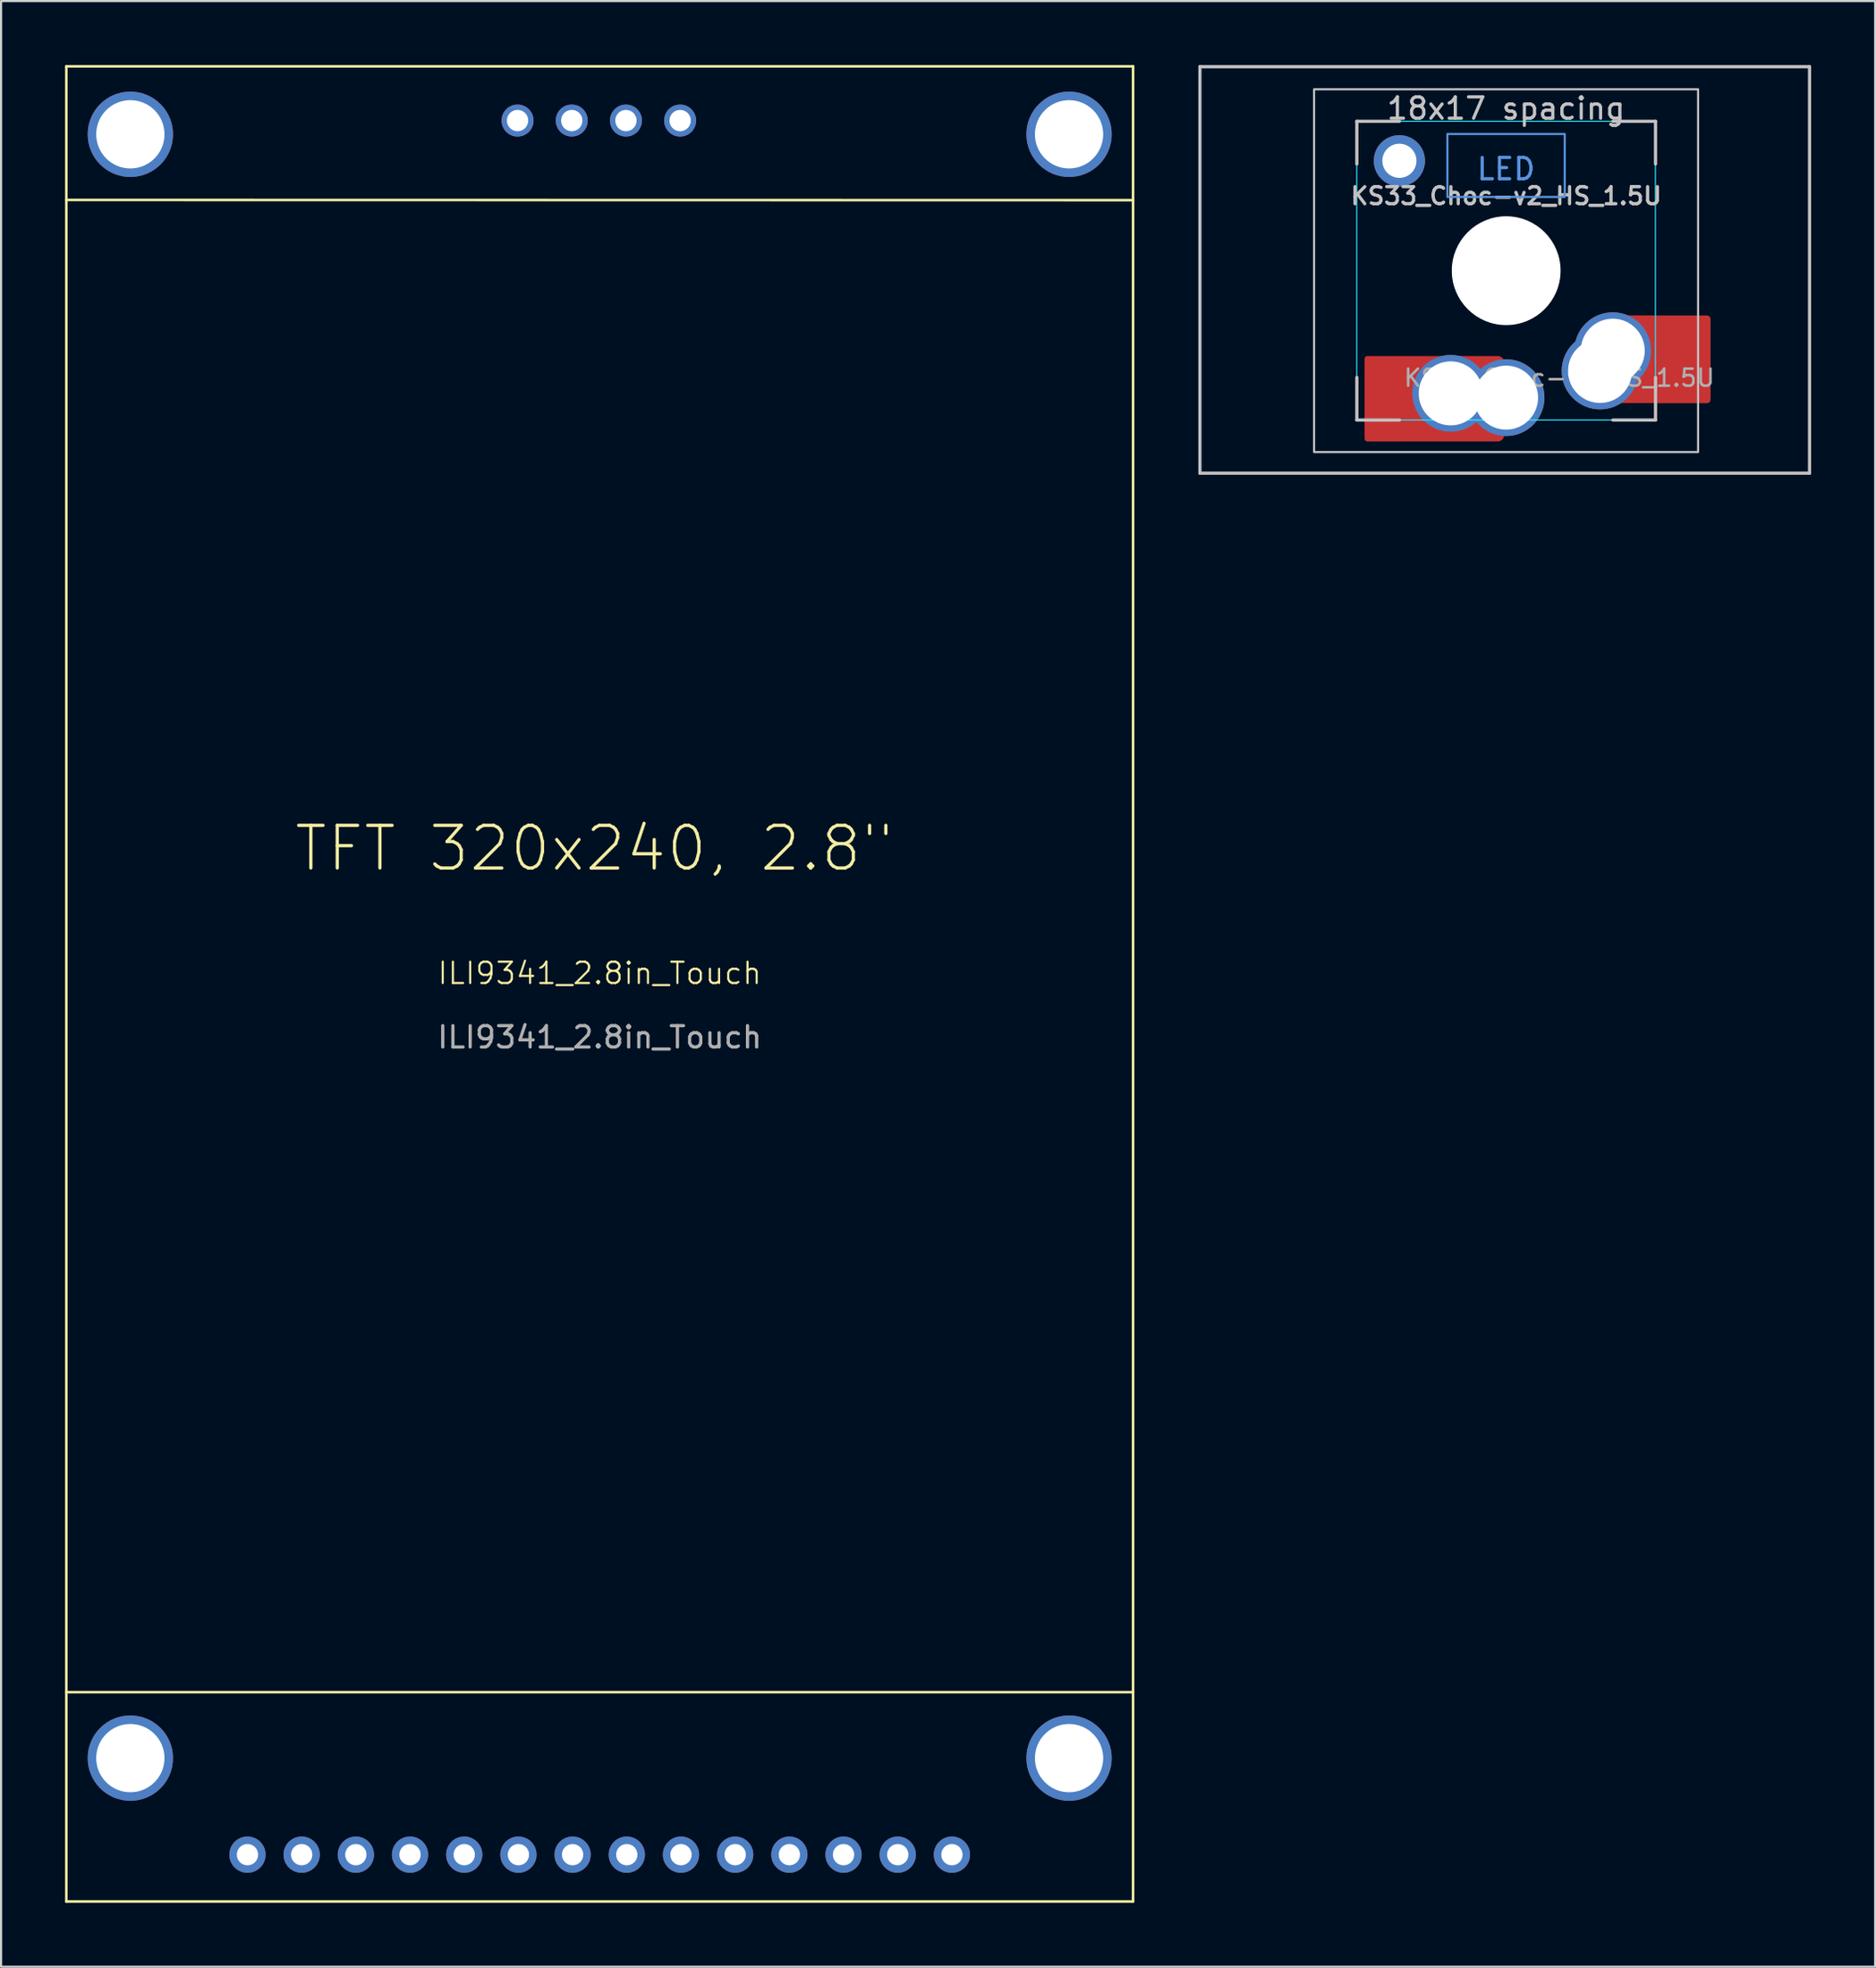
<source format=kicad_pcb>
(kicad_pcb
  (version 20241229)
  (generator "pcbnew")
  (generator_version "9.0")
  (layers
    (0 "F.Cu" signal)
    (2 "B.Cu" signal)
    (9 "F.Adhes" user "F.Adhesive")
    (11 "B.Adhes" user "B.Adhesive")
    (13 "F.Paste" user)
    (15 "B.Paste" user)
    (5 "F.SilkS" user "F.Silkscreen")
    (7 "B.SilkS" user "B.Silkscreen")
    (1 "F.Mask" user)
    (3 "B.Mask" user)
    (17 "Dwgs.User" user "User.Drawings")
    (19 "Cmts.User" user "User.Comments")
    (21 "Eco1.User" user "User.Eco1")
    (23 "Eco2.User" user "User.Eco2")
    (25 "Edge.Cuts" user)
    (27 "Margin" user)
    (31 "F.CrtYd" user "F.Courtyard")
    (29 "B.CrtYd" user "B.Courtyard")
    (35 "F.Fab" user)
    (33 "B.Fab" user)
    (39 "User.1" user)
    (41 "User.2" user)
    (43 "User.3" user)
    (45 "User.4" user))
  (footprint "KS33_Choc-v2_HS_1.5U"
    (layer "F.Cu")
    (at 67.55 9.635)
    (property "Reference" "KS33_Choc-v2_HS_1.5U" (at 0 -3.5 0) (layer "Dwgs.User") (effects (font (size 0.8 0.8) (thickness 0.15))))
    (attr smd)
    (fp_line (start -14.355 9.49) (end -14.355 -9.56) (stroke (width 0.15) (type solid)) (layer "Dwgs.User"))
    (fp_line (start -7 -7) (end -5 -7) (stroke (width 0.15) (type solid)) (layer "Dwgs.User"))
    (fp_line (start -7 -5) (end -7 -7) (stroke (width 0.15) (type solid)) (layer "Dwgs.User"))
    (fp_line (start -7 5) (end -7 7) (stroke (width 0.15) (type solid)) (layer "Dwgs.User"))
    (fp_line (start -7 7) (end -5 7) (stroke (width 0.15) (type solid)) (layer "Dwgs.User"))
    (fp_line (start 5 7) (end 7 7) (stroke (width 0.15) (type solid)) (layer "Dwgs.User"))
    (fp_line (start 7 -7) (end 5 -7) (stroke (width 0.15) (type solid)) (layer "Dwgs.User"))
    (fp_line (start 7 -5) (end 7 -7) (stroke (width 0.15) (type solid)) (layer "Dwgs.User"))
    (fp_line (start 7 7) (end 7 5) (stroke (width 0.15) (type solid)) (layer "Dwgs.User"))
    (fp_line (start 14.22 -9.56) (end -14.355 -9.56) (stroke (width 0.15) (type solid)) (layer "Dwgs.User"))
    (fp_line (start 14.22 9.49) (end -14.355 9.49) (stroke (width 0.15) (type solid)) (layer "Dwgs.User"))
    (fp_line (start 14.22 9.49) (end 14.22 -9.56) (stroke (width 0.15) (type solid)) (layer "Dwgs.User"))
    (fp_rect (start -9.005 -8.5) (end 8.995 8.5) (stroke (width 0.1) (type default)) (fill no) (layer "Dwgs.User"))
    (fp_rect (start -2.755 -6.405) (end 2.745 -3.455) (stroke (width 0.1) (type default)) (fill no) (layer "Cmts.User"))
    (fp_line (start -6.955 6.45) (end -6.955 -6.45) (stroke (width 0.05) (type solid)) (layer "Eco2.User"))
    (fp_line (start -6.455 -6.95) (end 6.445 -6.95) (stroke (width 0.05) (type solid)) (layer "Eco2.User"))
    (fp_line (start 6.445 6.95) (end -6.455 6.95) (stroke (width 0.05) (type solid)) (layer "Eco2.User"))
    (fp_line (start 6.945 -6.45) (end 6.945 6.45) (stroke (width 0.05) (type solid)) (layer "Eco2.User"))
    (fp_arc (start -6.955 -6.45) (mid -6.808553 -6.803553) (end -6.455 -6.95) (stroke (width 0.05) (type solid)) (layer "Eco2.User"))
    (fp_arc (start -6.455 6.95) (mid -6.808553 6.803553) (end -6.955 6.45) (stroke (width 0.05) (type solid)) (layer "Eco2.User"))
    (fp_arc (start 6.445 -6.95) (mid 6.798553 -6.803553) (end 6.945 -6.45) (stroke (width 0.05) (type solid)) (layer "Eco2.User"))
    (fp_arc (start 6.945 6.45) (mid 6.798553 6.803553) (end 6.445 6.95) (stroke (width 0.05) (type solid)) (layer "Eco2.User"))
    (fp_arc (start 6.945 6.45) (mid 6.798553 6.803553) (end 6.445 6.95) (stroke (width 0.05) (type solid)) (layer "Eco2.User"))
    (fp_rect (start -7.005 -7) (end 6.995 7) (stroke (width 0.05) (type default)) (fill no) (layer "B.CrtYd"))
    (fp_text user "18x17 spacing" (at -0.005 -7.6 180) (layer "Dwgs.User") (effects (font (size 1 1) (thickness 0.15))))
    (fp_text user "LED" (at -0.005 -4.763 0) (unlocked yes) (layer "Cmts.User") (effects (font (size 1 1) (thickness 0.15))))
    (fp_text user "19.05 spacing" (at -0.005 -8.7 180) (layer "Eco1.User") (effects (font (size 1 1) (thickness 0.15))))
    (fp_text user "${REFERENCE}" (at 2.491 5.025 0) (layer "F.Fab") (effects (font (size 0.8 0.8) (thickness 0.12))))
    (pad "" np_thru_hole circle (at -0.005 0 180) (size 5 5) (drill 5) (layers "*.Cu" "*.Mask"))
    (pad "" np_thru_hole circle (at 0 0 180) (size 5.1 5.1) (drill 5.1) (layers "*.Cu" "*.Mask"))
    (pad "1" thru_hole circle (at 4.4 4.7 180) (size 3.6 3.6) (drill 3) (layers "*.Cu" "*.Mask"))
    (pad "1" thru_hole circle (at 4.995 3.75) (size 3.6 3.6) (drill 3) (layers "*.Cu" "F.Mask"))
    (pad "1" smd custom (at 8.24 4.155) (size 2.68 2.68) (layers "F.Cu" "F.Mask" "F.Paste") (options (anchor circle)) (primitives (gr_poly (pts (xy -1.34 -1.891) (xy -1.328 -1.954) (xy -1.292 -2.007) (xy -1.239 -2.043) (xy -1.176 -2.055) (xy 1.176 -2.055) (xy 1.239 -2.043) (xy 1.292 -2.007) (xy 1.328 -1.954) (xy 1.34 -1.891) (xy 1.34 1.891) (xy 1.328 1.954) (xy 1.292 2.007) (xy 1.239 2.043) (xy 1.176 2.055) (xy -1.176 2.055) (xy -1.239 2.043) (xy -1.292 2.007) (xy -1.328 1.954) (xy -1.34 1.891)) (width 0) (fill yes)) (gr_poly (pts (xy -1.041 -2.048) (xy -0.988 -2.012) (xy -0.952 -1.959) (xy -0.94 -1.896) (xy -0.94 1.886) (xy -0.952 1.949) (xy -0.988 2.002) (xy -1.041 2.038) (xy -1.104 2.05) (xy -2.954 2.05) (xy -2.868 2) (xy -2.686 1.861) (xy -2.524 1.699) (xy -2.385 1.517) (xy -2.27 1.319) (xy -2.183 1.108) (xy -2.14 0.948) (xy -2.091 0.911) (xy -1.929 0.749) (xy -1.79 0.567) (xy -1.675 0.369) (xy -1.588 0.158) (xy -1.529 -0.064) (xy -1.499 -0.291) (xy -1.499 -0.519) (xy -1.529 -0.746) (xy -1.588 -0.968) (xy -1.675 -1.179) (xy -1.79 -1.377) (xy -1.929 -1.559) (xy -2.091 -1.721) (xy -2.273 -1.86) (xy -2.471 -1.975) (xy -2.677 -2.06) (xy -1.104 -2.06)) (width 0) (fill yes))))
    (pad "2" smd custom (at -5.665 6.003 180) (size 1.95 1.95) (layers "F.Cu" "F.Mask" "F.Paste") (options (anchor circle)) (primitives (gr_poly (pts (xy -0.975 -1.864) (xy -0.964 -1.917) (xy -0.935 -1.962) (xy -0.89 -1.992) (xy -0.837 -2.002) (xy 0.837 -2.002) (xy 0.89 -1.992) (xy 0.935 -1.962) (xy 0.964 -1.917) (xy 0.975 -1.864) (xy 0.975 1.864) (xy 0.964 1.917) (xy 0.935 1.962) (xy 0.89 1.992) (xy 0.837 2.002) (xy -0.837 2.002) (xy -0.89 1.992) (xy -0.935 1.962) (xy -0.964 1.917) (xy -0.975 1.864)) (width 0) (fill yes)) (gr_poly (pts (xy -5.346 1.995) (xy -5.442 1.953) (xy -5.515 1.879) (xy -5.551 1.799) (xy -5.546 1.799) (xy -5.319 1.769) (xy -5.097 1.71) (xy -4.886 1.622) (xy -4.688 1.508) (xy -4.506 1.368) (xy -4.452 1.314) (xy -4.381 1.406) (xy -4.219 1.568) (xy -4.037 1.708) (xy -3.839 1.822) (xy -3.628 1.91) (xy -3.406 1.969) (xy -3.179 1.999) (xy -2.951 1.999) (xy -2.724 1.969) (xy -2.502 1.91) (xy -2.291 1.822) (xy -2.093 1.708) (xy -1.911 1.568) (xy -1.749 1.406) (xy -1.61 1.225) (xy -1.495 1.027) (xy -1.408 0.815) (xy -1.349 0.594) (xy -1.319 0.367) (xy -1.319 0.138) (xy -1.349 -0.089) (xy -1.408 -0.31) (xy -1.495 -0.522) (xy -1.61 -0.72) (xy -1.749 -0.901) (xy -1.911 -1.063) (xy -2.093 -1.203) (xy -2.291 -1.317) (xy -2.502 -1.405) (xy -2.724 -1.464) (xy -2.951 -1.494) (xy -3.179 -1.494) (xy -3.406 -1.464) (xy -3.628 -1.405) (xy -3.839 -1.317) (xy -4.037 -1.203) (xy -4.219 -1.063) (xy -4.273 -1.009) (xy -4.344 -1.101) (xy -4.506 -1.263) (xy -4.688 -1.403) (xy -4.886 -1.517) (xy -5.097 -1.605) (xy -5.319 -1.664) (xy -5.546 -1.694) (xy -5.565 -1.694) (xy -5.565 -1.717) (xy -5.557 -1.781) (xy -5.515 -1.877) (xy -5.442 -1.95) (xy -5.346 -1.992) (xy -5.282 -2) (xy -0.833 -2) (xy -0.769 -1.992) (xy -0.673 -1.95) (xy -0.6 -1.877) (xy -0.558 -1.781) (xy -0.55 -1.717) (xy -0.55 1.719) (xy -0.558 1.784) (xy -0.6 1.879) (xy -0.673 1.953) (xy -0.769 1.995) (xy -0.833 2.002) (xy -5.282 2.002)) (width 0) (fill yes))))
    (pad "2" thru_hole circle (at -2.6 5.75 180) (size 3.6 3.6) (drill 3) (layers "*.Cu" "*.Mask"))
    (pad "2" thru_hole circle (at -0.005 5.95) (size 3.6 3.6) (drill 3) (layers "*.Cu" "F.Mask"))
    (pad "MP" thru_hole circle (at -5.005 -5.15 180) (size 2.4 2.4) (drill 1.6) (layers "*.Cu" "F.Mask")))
  (footprint "ILI9341_2.8in_Touch"
    (layer "F.Cu")
    (at 25.06 43.06)
    (property "Reference" "ILI9341_2.8in_Touch" (at 0 -0.5 0) (unlocked yes) (layer "F.SilkS") (effects (font (size 1 1) (thickness 0.1))))
    (attr smd)
    (fp_line (start -25 -43) (end -25 43) (stroke (width 0.12) (type solid)) (layer "F.SilkS"))
    (fp_line (start -25 -36.74) (end 25 -36.73) (stroke (width 0.12) (type solid)) (layer "F.SilkS"))
    (fp_line (start -25 33.19) (end 25 33.19) (stroke (width 0.12) (type solid)) (layer "F.SilkS"))
    (fp_line (start -25 43) (end 25 43) (stroke (width 0.12) (type solid)) (layer "F.SilkS"))
    (fp_line (start 25 -43) (end -25 -43) (stroke (width 0.12) (type solid)) (layer "F.SilkS"))
    (fp_line (start 25 43) (end 25 -43) (stroke (width 0.12) (type solid)) (layer "F.SilkS"))
    (fp_text user "TFT 320x240, 2.8\"" (at -0.254 -6.35 0) (layer "F.SilkS") (effects (font (size 2 2) (thickness 0.15))))
    (fp_text user "${REFERENCE}" (at 0 2.5 0) (unlocked yes) (layer "F.Fab") (effects (font (size 1 1) (thickness 0.15))))
    (pad "" thru_hole circle (at -22 -39.816) (size 4 4) (drill 3.2) (layers "*.Cu" "*.Mask"))
    (pad "" thru_hole circle (at -22 36.282) (size 4 4) (drill 3.2) (layers "*.Cu" "*.Mask"))
    (pad "" thru_hole circle (at 22 -39.816) (size 4 4) (drill 3.2) (layers "*.Cu" "*.Mask"))
    (pad "" thru_hole circle (at 22 36.282) (size 4 4) (drill 3.2) (layers "*.Cu" "*.Mask"))
    (pad "1" thru_hole circle (at -16.51 40.806) (size 1.7 1.7) (drill 1) (layers "*.Cu" "*.Mask"))
    (pad "2" thru_hole circle (at -13.97 40.806) (size 1.7 1.7) (drill 1) (layers "*.Cu" "*.Mask"))
    (pad "3" thru_hole circle (at -11.43 40.806) (size 1.7 1.7) (drill 1) (layers "*.Cu" "*.Mask"))
    (pad "4" thru_hole circle (at -8.89 40.806) (size 1.7 1.7) (drill 1) (layers "*.Cu" "*.Mask"))
    (pad "5" thru_hole circle (at -6.35 40.806) (size 1.7 1.7) (drill 1) (layers "*.Cu" "*.Mask"))
    (pad "6" thru_hole circle (at -3.81 40.806) (size 1.7 1.7) (drill 1) (layers "*.Cu" "*.Mask"))
    (pad "7" thru_hole circle (at -1.27 40.806) (size 1.7 1.7) (drill 1) (layers "*.Cu" "*.Mask"))
    (pad "8" thru_hole circle (at 1.27 40.806) (size 1.7 1.7) (drill 1) (layers "*.Cu" "*.Mask"))
    (pad "9" thru_hole circle (at 3.81 40.806) (size 1.7 1.7) (drill 1) (layers "*.Cu" "*.Mask"))
    (pad "10" thru_hole circle (at 6.35 40.806) (size 1.7 1.7) (drill 1) (layers "*.Cu" "*.Mask"))
    (pad "11" thru_hole circle (at 8.89 40.806) (size 1.7 1.7) (drill 1) (layers "*.Cu" "*.Mask"))
    (pad "12" thru_hole circle (at 11.43 40.806) (size 1.7 1.7) (drill 1) (layers "*.Cu" "*.Mask"))
    (pad "13" thru_hole circle (at 13.97 40.806) (size 1.7 1.7) (drill 1) (layers "*.Cu" "*.Mask"))
    (pad "14" thru_hole circle (at 16.51 40.806) (size 1.7 1.7) (drill 1) (layers "*.Cu" "*.Mask"))
    (pad "15" thru_hole circle (at -3.85 -40.46) (size 1.5 1.5) (drill 1) (layers "*.Cu" "*.Mask"))
    (pad "16" thru_hole circle (at -1.31 -40.46) (size 1.5 1.5) (drill 1) (layers "*.Cu" "*.Mask"))
    (pad "17" thru_hole circle (at 1.23 -40.46) (size 1.5 1.5) (drill 1) (layers "*.Cu" "*.Mask"))
    (pad "18" thru_hole circle (at 3.77 -40.46) (size 1.5 1.5) (drill 1) (layers "*.Cu" "*.Mask")))
  (gr_rect
    (start -3 -3)
    (end 84.845 89.12)
    (stroke (width 0.1) (type default))
    (fill no)
    (layer "Edge.Cuts")))
</source>
